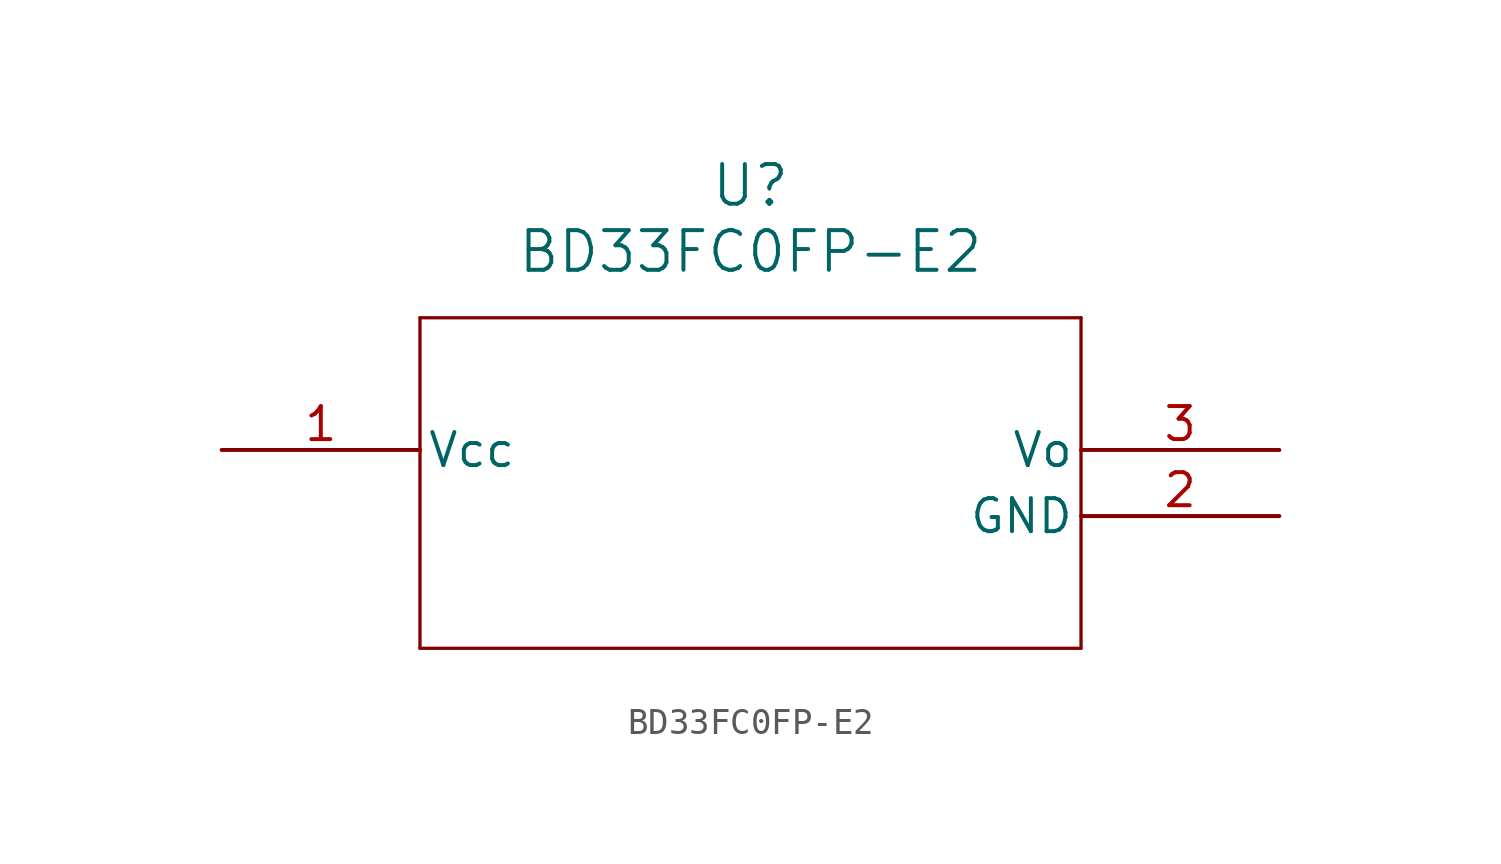
<source format=kicad_sym>
(kicad_symbol_lib
  (version 20231120)
  (generator "kicad_symbol_editor")
  (generator_version "8.0")
  (symbol "BD33FC0FP-E2"
    (pin_names
      (offset 0.254))
    (property "Reference" "U"
      (at 20.32 10.16 0)
      (effects (font (size 1.524 1.524))))
    (property "Value" "BD33FC0FP-E2"
      (at 20.32 7.62 0)
      (effects (font (size 1.524 1.524))))
    (symbol "BD33FC0FP-E2_0_1"
      (polyline (pts (xy 7.62 -7.62) (xy 33.02 -7.62)) (stroke (width 0.127) (type default)) (fill (type none)))
      (polyline (pts (xy 7.62 5.08) (xy 7.62 -7.62)) (stroke (width 0.127) (type default)) (fill (type none)))
      (polyline (pts (xy 33.02 -7.62) (xy 33.02 5.08)) (stroke (width 0.127) (type default)) (fill (type none)))
      (polyline (pts (xy 33.02 5.08) (xy 7.62 5.08)) (stroke (width 0.127) (type default)) (fill (type none)))
      (pin power_in line (at 0 0 0) (length 7.62) (name "Vcc" (effects (font (size 1.27 1.27)))) (number "1" (effects (font (size 1.27 1.27)))))
      (pin unspecified line (at 40.64 0 180) (length 7.62) (name "Vo" (effects (font (size 1.27 1.27)))) (number "3" (effects (font (size 1.27 1.27))))))
    (symbol "BD33FC0FP-E2_1_1"
      (pin unspecified line (at 40.64 -2.54 180) (length 7.62) (name "GND" (effects (font (size 1.27 1.27)))) (number "2" (effects (font (size 1.27 1.27))))))))
</source>
